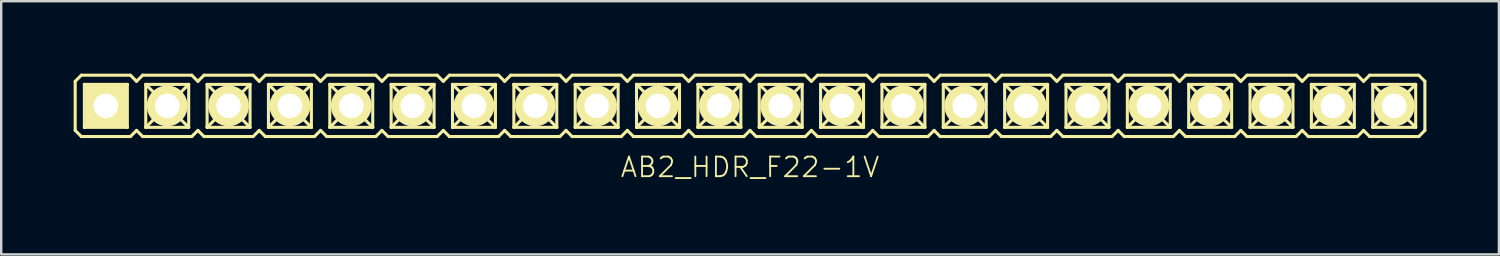
<source format=kicad_pcb>
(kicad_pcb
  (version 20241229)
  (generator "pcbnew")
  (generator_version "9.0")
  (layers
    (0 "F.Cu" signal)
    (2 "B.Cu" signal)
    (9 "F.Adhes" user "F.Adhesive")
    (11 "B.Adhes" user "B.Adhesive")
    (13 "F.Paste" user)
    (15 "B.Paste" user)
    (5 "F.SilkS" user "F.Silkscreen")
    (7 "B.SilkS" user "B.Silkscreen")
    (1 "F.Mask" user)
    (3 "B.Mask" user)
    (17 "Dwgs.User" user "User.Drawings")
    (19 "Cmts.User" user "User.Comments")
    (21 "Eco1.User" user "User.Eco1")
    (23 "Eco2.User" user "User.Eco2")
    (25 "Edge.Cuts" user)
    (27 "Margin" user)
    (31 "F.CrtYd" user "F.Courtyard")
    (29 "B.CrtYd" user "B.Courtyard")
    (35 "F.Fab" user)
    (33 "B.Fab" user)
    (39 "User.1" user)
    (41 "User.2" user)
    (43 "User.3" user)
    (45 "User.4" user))
  (footprint "AB2_HDR_F22-1V"
    (layer "F.Cu")
    (at 28.003 1.333)
    (property "Reference" "AB2_HDR_F22-1V" (at 0 2.54 0) (layer "F.SilkS") (effects (font (size 0.813 0.813) (thickness 0.076))))
    (attr through_hole)
    (fp_line (start -27.94 -1.016) (end -27.686 -1.27) (stroke (width 0.127) (type solid)) (layer "F.SilkS"))
    (fp_line (start -27.94 1.016) (end -27.94 -1.016) (stroke (width 0.127) (type solid)) (layer "F.SilkS"))
    (fp_line (start -27.686 -1.27) (end -25.654 -1.27) (stroke (width 0.127) (type solid)) (layer "F.SilkS"))
    (fp_line (start -27.686 1.27) (end -27.94 1.016) (stroke (width 0.127) (type solid)) (layer "F.SilkS"))
    (fp_line (start -27.559 -0.889) (end -25.781 -0.889) (stroke (width 0.127) (type solid)) (layer "F.SilkS"))
    (fp_line (start -27.559 0.889) (end -27.559 -0.889) (stroke (width 0.127) (type solid)) (layer "F.SilkS"))
    (fp_line (start -27.178 -0.508) (end -27.559 -0.889) (stroke (width 0.127) (type solid)) (layer "F.SilkS"))
    (fp_line (start -27.178 -0.508) (end -26.162 -0.508) (stroke (width 0.127) (type solid)) (layer "F.SilkS"))
    (fp_line (start -27.178 0.508) (end -27.559 0.889) (stroke (width 0.127) (type solid)) (layer "F.SilkS"))
    (fp_line (start -27.178 0.508) (end -27.178 -0.508) (stroke (width 0.127) (type solid)) (layer "F.SilkS"))
    (fp_line (start -26.162 -0.508) (end -26.162 0.508) (stroke (width 0.127) (type solid)) (layer "F.SilkS"))
    (fp_line (start -26.162 -0.508) (end -25.781 -0.889) (stroke (width 0.127) (type solid)) (layer "F.SilkS"))
    (fp_line (start -26.162 0.508) (end -27.178 0.508) (stroke (width 0.127) (type solid)) (layer "F.SilkS"))
    (fp_line (start -26.162 0.508) (end -25.781 0.889) (stroke (width 0.127) (type solid)) (layer "F.SilkS"))
    (fp_line (start -25.781 -0.889) (end -25.781 0.889) (stroke (width 0.127) (type solid)) (layer "F.SilkS"))
    (fp_line (start -25.781 0.889) (end -27.559 0.889) (stroke (width 0.127) (type solid)) (layer "F.SilkS"))
    (fp_line (start -25.654 -1.27) (end -25.4 -1.016) (stroke (width 0.127) (type solid)) (layer "F.SilkS"))
    (fp_line (start -25.654 1.27) (end -27.686 1.27) (stroke (width 0.127) (type solid)) (layer "F.SilkS"))
    (fp_line (start -25.4 -1.016) (end -25.146 -1.27) (stroke (width 0.127) (type solid)) (layer "F.SilkS"))
    (fp_line (start -25.4 1.016) (end -25.654 1.27) (stroke (width 0.127) (type solid)) (layer "F.SilkS"))
    (fp_line (start -25.146 -1.27) (end -23.114 -1.27) (stroke (width 0.127) (type solid)) (layer "F.SilkS"))
    (fp_line (start -25.146 1.27) (end -25.4 1.016) (stroke (width 0.127) (type solid)) (layer "F.SilkS"))
    (fp_line (start -25.019 -0.889) (end -23.241 -0.889) (stroke (width 0.127) (type solid)) (layer "F.SilkS"))
    (fp_line (start -25.019 0.889) (end -25.019 -0.889) (stroke (width 0.127) (type solid)) (layer "F.SilkS"))
    (fp_line (start -24.638 -0.508) (end -25.019 -0.889) (stroke (width 0.127) (type solid)) (layer "F.SilkS"))
    (fp_line (start -24.638 -0.508) (end -23.622 -0.508) (stroke (width 0.127) (type solid)) (layer "F.SilkS"))
    (fp_line (start -24.638 0.508) (end -25.019 0.889) (stroke (width 0.127) (type solid)) (layer "F.SilkS"))
    (fp_line (start -24.638 0.508) (end -24.638 -0.508) (stroke (width 0.127) (type solid)) (layer "F.SilkS"))
    (fp_line (start -23.622 -0.508) (end -23.622 0.508) (stroke (width 0.127) (type solid)) (layer "F.SilkS"))
    (fp_line (start -23.622 -0.508) (end -23.241 -0.889) (stroke (width 0.127) (type solid)) (layer "F.SilkS"))
    (fp_line (start -23.622 0.508) (end -24.638 0.508) (stroke (width 0.127) (type solid)) (layer "F.SilkS"))
    (fp_line (start -23.622 0.508) (end -23.241 0.889) (stroke (width 0.127) (type solid)) (layer "F.SilkS"))
    (fp_line (start -23.241 -0.889) (end -23.241 0.889) (stroke (width 0.127) (type solid)) (layer "F.SilkS"))
    (fp_line (start -23.241 0.889) (end -25.019 0.889) (stroke (width 0.127) (type solid)) (layer "F.SilkS"))
    (fp_line (start -23.114 -1.27) (end -22.86 -1.016) (stroke (width 0.127) (type solid)) (layer "F.SilkS"))
    (fp_line (start -23.114 1.27) (end -25.146 1.27) (stroke (width 0.127) (type solid)) (layer "F.SilkS"))
    (fp_line (start -22.86 -1.016) (end -22.606 -1.27) (stroke (width 0.127) (type solid)) (layer "F.SilkS"))
    (fp_line (start -22.86 1.016) (end -23.114 1.27) (stroke (width 0.127) (type solid)) (layer "F.SilkS"))
    (fp_line (start -22.606 -1.27) (end -20.574 -1.27) (stroke (width 0.127) (type solid)) (layer "F.SilkS"))
    (fp_line (start -22.606 1.27) (end -22.86 1.016) (stroke (width 0.127) (type solid)) (layer "F.SilkS"))
    (fp_line (start -22.479 -0.889) (end -20.701 -0.889) (stroke (width 0.127) (type solid)) (layer "F.SilkS"))
    (fp_line (start -22.479 0.889) (end -22.479 -0.889) (stroke (width 0.127) (type solid)) (layer "F.SilkS"))
    (fp_line (start -22.098 -0.508) (end -22.479 -0.889) (stroke (width 0.127) (type solid)) (layer "F.SilkS"))
    (fp_line (start -22.098 -0.508) (end -21.082 -0.508) (stroke (width 0.127) (type solid)) (layer "F.SilkS"))
    (fp_line (start -22.098 0.508) (end -22.479 0.889) (stroke (width 0.127) (type solid)) (layer "F.SilkS"))
    (fp_line (start -22.098 0.508) (end -22.098 -0.508) (stroke (width 0.127) (type solid)) (layer "F.SilkS"))
    (fp_line (start -21.082 -0.508) (end -21.082 0.508) (stroke (width 0.127) (type solid)) (layer "F.SilkS"))
    (fp_line (start -21.082 -0.508) (end -20.701 -0.889) (stroke (width 0.127) (type solid)) (layer "F.SilkS"))
    (fp_line (start -21.082 0.508) (end -22.098 0.508) (stroke (width 0.127) (type solid)) (layer "F.SilkS"))
    (fp_line (start -21.082 0.508) (end -20.701 0.889) (stroke (width 0.127) (type solid)) (layer "F.SilkS"))
    (fp_line (start -20.701 -0.889) (end -20.701 0.889) (stroke (width 0.127) (type solid)) (layer "F.SilkS"))
    (fp_line (start -20.701 0.889) (end -22.479 0.889) (stroke (width 0.127) (type solid)) (layer "F.SilkS"))
    (fp_line (start -20.574 -1.27) (end -20.32 -1.016) (stroke (width 0.127) (type solid)) (layer "F.SilkS"))
    (fp_line (start -20.574 1.27) (end -22.606 1.27) (stroke (width 0.127) (type solid)) (layer "F.SilkS"))
    (fp_line (start -20.32 -1.016) (end -20.066 -1.27) (stroke (width 0.127) (type solid)) (layer "F.SilkS"))
    (fp_line (start -20.32 1.016) (end -20.574 1.27) (stroke (width 0.127) (type solid)) (layer "F.SilkS"))
    (fp_line (start -20.066 -1.27) (end -18.034 -1.27) (stroke (width 0.127) (type solid)) (layer "F.SilkS"))
    (fp_line (start -20.066 1.27) (end -20.32 1.016) (stroke (width 0.127) (type solid)) (layer "F.SilkS"))
    (fp_line (start -19.939 -0.889) (end -18.161 -0.889) (stroke (width 0.127) (type solid)) (layer "F.SilkS"))
    (fp_line (start -19.939 0.889) (end -19.939 -0.889) (stroke (width 0.127) (type solid)) (layer "F.SilkS"))
    (fp_line (start -19.558 -0.508) (end -19.939 -0.889) (stroke (width 0.127) (type solid)) (layer "F.SilkS"))
    (fp_line (start -19.558 -0.508) (end -18.542 -0.508) (stroke (width 0.127) (type solid)) (layer "F.SilkS"))
    (fp_line (start -19.558 0.508) (end -19.939 0.889) (stroke (width 0.127) (type solid)) (layer "F.SilkS"))
    (fp_line (start -19.558 0.508) (end -19.558 -0.508) (stroke (width 0.127) (type solid)) (layer "F.SilkS"))
    (fp_line (start -18.542 -0.508) (end -18.542 0.508) (stroke (width 0.127) (type solid)) (layer "F.SilkS"))
    (fp_line (start -18.542 -0.508) (end -18.161 -0.889) (stroke (width 0.127) (type solid)) (layer "F.SilkS"))
    (fp_line (start -18.542 0.508) (end -19.558 0.508) (stroke (width 0.127) (type solid)) (layer "F.SilkS"))
    (fp_line (start -18.542 0.508) (end -18.161 0.889) (stroke (width 0.127) (type solid)) (layer "F.SilkS"))
    (fp_line (start -18.161 -0.889) (end -18.161 0.889) (stroke (width 0.127) (type solid)) (layer "F.SilkS"))
    (fp_line (start -18.161 0.889) (end -19.939 0.889) (stroke (width 0.127) (type solid)) (layer "F.SilkS"))
    (fp_line (start -18.034 -1.27) (end -17.78 -1.016) (stroke (width 0.127) (type solid)) (layer "F.SilkS"))
    (fp_line (start -18.034 1.27) (end -20.066 1.27) (stroke (width 0.127) (type solid)) (layer "F.SilkS"))
    (fp_line (start -17.78 -1.016) (end -17.526 -1.27) (stroke (width 0.127) (type solid)) (layer "F.SilkS"))
    (fp_line (start -17.78 1.016) (end -18.034 1.27) (stroke (width 0.127) (type solid)) (layer "F.SilkS"))
    (fp_line (start -17.526 -1.27) (end -15.494 -1.27) (stroke (width 0.127) (type solid)) (layer "F.SilkS"))
    (fp_line (start -17.526 1.27) (end -17.78 1.016) (stroke (width 0.127) (type solid)) (layer "F.SilkS"))
    (fp_line (start -17.399 -0.889) (end -15.621 -0.889) (stroke (width 0.127) (type solid)) (layer "F.SilkS"))
    (fp_line (start -17.399 0.889) (end -17.399 -0.889) (stroke (width 0.127) (type solid)) (layer "F.SilkS"))
    (fp_line (start -17.018 -0.508) (end -17.399 -0.889) (stroke (width 0.127) (type solid)) (layer "F.SilkS"))
    (fp_line (start -17.018 -0.508) (end -16.002 -0.508) (stroke (width 0.127) (type solid)) (layer "F.SilkS"))
    (fp_line (start -17.018 0.508) (end -17.399 0.889) (stroke (width 0.127) (type solid)) (layer "F.SilkS"))
    (fp_line (start -17.018 0.508) (end -17.018 -0.508) (stroke (width 0.127) (type solid)) (layer "F.SilkS"))
    (fp_line (start -16.002 -0.508) (end -16.002 0.508) (stroke (width 0.127) (type solid)) (layer "F.SilkS"))
    (fp_line (start -16.002 -0.508) (end -15.621 -0.889) (stroke (width 0.127) (type solid)) (layer "F.SilkS"))
    (fp_line (start -16.002 0.508) (end -17.018 0.508) (stroke (width 0.127) (type solid)) (layer "F.SilkS"))
    (fp_line (start -16.002 0.508) (end -15.621 0.889) (stroke (width 0.127) (type solid)) (layer "F.SilkS"))
    (fp_line (start -15.621 -0.889) (end -15.621 0.889) (stroke (width 0.127) (type solid)) (layer "F.SilkS"))
    (fp_line (start -15.621 0.889) (end -17.399 0.889) (stroke (width 0.127) (type solid)) (layer "F.SilkS"))
    (fp_line (start -15.494 -1.27) (end -15.24 -1.016) (stroke (width 0.127) (type solid)) (layer "F.SilkS"))
    (fp_line (start -15.494 1.27) (end -17.526 1.27) (stroke (width 0.127) (type solid)) (layer "F.SilkS"))
    (fp_line (start -15.24 -1.016) (end -14.986 -1.27) (stroke (width 0.127) (type solid)) (layer "F.SilkS"))
    (fp_line (start -15.24 1.016) (end -15.494 1.27) (stroke (width 0.127) (type solid)) (layer "F.SilkS"))
    (fp_line (start -14.986 -1.27) (end -12.954 -1.27) (stroke (width 0.127) (type solid)) (layer "F.SilkS"))
    (fp_line (start -14.986 1.27) (end -15.24 1.016) (stroke (width 0.127) (type solid)) (layer "F.SilkS"))
    (fp_line (start -14.859 -0.889) (end -13.081 -0.889) (stroke (width 0.127) (type solid)) (layer "F.SilkS"))
    (fp_line (start -14.859 0.889) (end -14.859 -0.889) (stroke (width 0.127) (type solid)) (layer "F.SilkS"))
    (fp_line (start -14.478 -0.508) (end -14.859 -0.889) (stroke (width 0.127) (type solid)) (layer "F.SilkS"))
    (fp_line (start -14.478 -0.508) (end -13.462 -0.508) (stroke (width 0.127) (type solid)) (layer "F.SilkS"))
    (fp_line (start -14.478 0.508) (end -14.859 0.889) (stroke (width 0.127) (type solid)) (layer "F.SilkS"))
    (fp_line (start -14.478 0.508) (end -14.478 -0.508) (stroke (width 0.127) (type solid)) (layer "F.SilkS"))
    (fp_line (start -13.462 -0.508) (end -13.462 0.508) (stroke (width 0.127) (type solid)) (layer "F.SilkS"))
    (fp_line (start -13.462 -0.508) (end -13.081 -0.889) (stroke (width 0.127) (type solid)) (layer "F.SilkS"))
    (fp_line (start -13.462 0.508) (end -14.478 0.508) (stroke (width 0.127) (type solid)) (layer "F.SilkS"))
    (fp_line (start -13.462 0.508) (end -13.081 0.889) (stroke (width 0.127) (type solid)) (layer "F.SilkS"))
    (fp_line (start -13.081 -0.889) (end -13.081 0.889) (stroke (width 0.127) (type solid)) (layer "F.SilkS"))
    (fp_line (start -13.081 0.889) (end -14.859 0.889) (stroke (width 0.127) (type solid)) (layer "F.SilkS"))
    (fp_line (start -12.954 -1.27) (end -12.7 -1.016) (stroke (width 0.127) (type solid)) (layer "F.SilkS"))
    (fp_line (start -12.954 1.27) (end -14.986 1.27) (stroke (width 0.127) (type solid)) (layer "F.SilkS"))
    (fp_line (start -12.7 -1.016) (end -12.446 -1.27) (stroke (width 0.127) (type solid)) (layer "F.SilkS"))
    (fp_line (start -12.7 1.016) (end -12.954 1.27) (stroke (width 0.127) (type solid)) (layer "F.SilkS"))
    (fp_line (start -12.446 -1.27) (end -10.414 -1.27) (stroke (width 0.127) (type solid)) (layer "F.SilkS"))
    (fp_line (start -12.446 1.27) (end -12.7 1.016) (stroke (width 0.127) (type solid)) (layer "F.SilkS"))
    (fp_line (start -12.319 -0.889) (end -10.541 -0.889) (stroke (width 0.127) (type solid)) (layer "F.SilkS"))
    (fp_line (start -12.319 0.889) (end -12.319 -0.889) (stroke (width 0.127) (type solid)) (layer "F.SilkS"))
    (fp_line (start -11.938 -0.508) (end -12.319 -0.889) (stroke (width 0.127) (type solid)) (layer "F.SilkS"))
    (fp_line (start -11.938 -0.508) (end -10.922 -0.508) (stroke (width 0.127) (type solid)) (layer "F.SilkS"))
    (fp_line (start -11.938 0.508) (end -12.319 0.889) (stroke (width 0.127) (type solid)) (layer "F.SilkS"))
    (fp_line (start -11.938 0.508) (end -11.938 -0.508) (stroke (width 0.127) (type solid)) (layer "F.SilkS"))
    (fp_line (start -10.922 -0.508) (end -10.922 0.508) (stroke (width 0.127) (type solid)) (layer "F.SilkS"))
    (fp_line (start -10.922 -0.508) (end -10.541 -0.889) (stroke (width 0.127) (type solid)) (layer "F.SilkS"))
    (fp_line (start -10.922 0.508) (end -11.938 0.508) (stroke (width 0.127) (type solid)) (layer "F.SilkS"))
    (fp_line (start -10.922 0.508) (end -10.541 0.889) (stroke (width 0.127) (type solid)) (layer "F.SilkS"))
    (fp_line (start -10.541 -0.889) (end -10.541 0.889) (stroke (width 0.127) (type solid)) (layer "F.SilkS"))
    (fp_line (start -10.541 0.889) (end -12.319 0.889) (stroke (width 0.127) (type solid)) (layer "F.SilkS"))
    (fp_line (start -10.414 -1.27) (end -10.16 -1.016) (stroke (width 0.127) (type solid)) (layer "F.SilkS"))
    (fp_line (start -10.414 1.27) (end -12.446 1.27) (stroke (width 0.127) (type solid)) (layer "F.SilkS"))
    (fp_line (start -10.16 -1.016) (end -9.906 -1.27) (stroke (width 0.127) (type solid)) (layer "F.SilkS"))
    (fp_line (start -10.16 1.016) (end -10.414 1.27) (stroke (width 0.127) (type solid)) (layer "F.SilkS"))
    (fp_line (start -9.906 -1.27) (end -7.874 -1.27) (stroke (width 0.127) (type solid)) (layer "F.SilkS"))
    (fp_line (start -9.906 1.27) (end -10.16 1.016) (stroke (width 0.127) (type solid)) (layer "F.SilkS"))
    (fp_line (start -9.779 -0.889) (end -8.001 -0.889) (stroke (width 0.127) (type solid)) (layer "F.SilkS"))
    (fp_line (start -9.779 0.889) (end -9.779 -0.889) (stroke (width 0.127) (type solid)) (layer "F.SilkS"))
    (fp_line (start -9.398 -0.508) (end -9.779 -0.889) (stroke (width 0.127) (type solid)) (layer "F.SilkS"))
    (fp_line (start -9.398 -0.508) (end -8.382 -0.508) (stroke (width 0.127) (type solid)) (layer "F.SilkS"))
    (fp_line (start -9.398 0.508) (end -9.779 0.889) (stroke (width 0.127) (type solid)) (layer "F.SilkS"))
    (fp_line (start -9.398 0.508) (end -9.398 -0.508) (stroke (width 0.127) (type solid)) (layer "F.SilkS"))
    (fp_line (start -8.382 -0.508) (end -8.382 0.508) (stroke (width 0.127) (type solid)) (layer "F.SilkS"))
    (fp_line (start -8.382 -0.508) (end -8.001 -0.889) (stroke (width 0.127) (type solid)) (layer "F.SilkS"))
    (fp_line (start -8.382 0.508) (end -9.398 0.508) (stroke (width 0.127) (type solid)) (layer "F.SilkS"))
    (fp_line (start -8.382 0.508) (end -8.001 0.889) (stroke (width 0.127) (type solid)) (layer "F.SilkS"))
    (fp_line (start -8.001 -0.889) (end -8.001 0.889) (stroke (width 0.127) (type solid)) (layer "F.SilkS"))
    (fp_line (start -8.001 0.889) (end -9.779 0.889) (stroke (width 0.127) (type solid)) (layer "F.SilkS"))
    (fp_line (start -7.874 -1.27) (end -7.62 -1.016) (stroke (width 0.127) (type solid)) (layer "F.SilkS"))
    (fp_line (start -7.874 1.27) (end -9.906 1.27) (stroke (width 0.127) (type solid)) (layer "F.SilkS"))
    (fp_line (start -7.62 -1.016) (end -7.366 -1.27) (stroke (width 0.127) (type solid)) (layer "F.SilkS"))
    (fp_line (start -7.62 1.016) (end -7.874 1.27) (stroke (width 0.127) (type solid)) (layer "F.SilkS"))
    (fp_line (start -7.366 -1.27) (end -5.334 -1.27) (stroke (width 0.127) (type solid)) (layer "F.SilkS"))
    (fp_line (start -7.366 1.27) (end -7.62 1.016) (stroke (width 0.127) (type solid)) (layer "F.SilkS"))
    (fp_line (start -7.239 -0.889) (end -5.461 -0.889) (stroke (width 0.127) (type solid)) (layer "F.SilkS"))
    (fp_line (start -7.239 0.889) (end -7.239 -0.889) (stroke (width 0.127) (type solid)) (layer "F.SilkS"))
    (fp_line (start -6.858 -0.508) (end -7.239 -0.889) (stroke (width 0.127) (type solid)) (layer "F.SilkS"))
    (fp_line (start -6.858 -0.508) (end -5.842 -0.508) (stroke (width 0.127) (type solid)) (layer "F.SilkS"))
    (fp_line (start -6.858 0.508) (end -7.239 0.889) (stroke (width 0.127) (type solid)) (layer "F.SilkS"))
    (fp_line (start -6.858 0.508) (end -6.858 -0.508) (stroke (width 0.127) (type solid)) (layer "F.SilkS"))
    (fp_line (start -5.842 -0.508) (end -5.842 0.508) (stroke (width 0.127) (type solid)) (layer "F.SilkS"))
    (fp_line (start -5.842 -0.508) (end -5.461 -0.889) (stroke (width 0.127) (type solid)) (layer "F.SilkS"))
    (fp_line (start -5.842 0.508) (end -6.858 0.508) (stroke (width 0.127) (type solid)) (layer "F.SilkS"))
    (fp_line (start -5.842 0.508) (end -5.461 0.889) (stroke (width 0.127) (type solid)) (layer "F.SilkS"))
    (fp_line (start -5.461 -0.889) (end -5.461 0.889) (stroke (width 0.127) (type solid)) (layer "F.SilkS"))
    (fp_line (start -5.461 0.889) (end -7.239 0.889) (stroke (width 0.127) (type solid)) (layer "F.SilkS"))
    (fp_line (start -5.334 -1.27) (end -5.08 -1.016) (stroke (width 0.127) (type solid)) (layer "F.SilkS"))
    (fp_line (start -5.334 1.27) (end -7.366 1.27) (stroke (width 0.127) (type solid)) (layer "F.SilkS"))
    (fp_line (start -5.08 -1.016) (end -4.826 -1.27) (stroke (width 0.127) (type solid)) (layer "F.SilkS"))
    (fp_line (start -5.08 1.016) (end -5.334 1.27) (stroke (width 0.127) (type solid)) (layer "F.SilkS"))
    (fp_line (start -4.826 -1.27) (end -2.794 -1.27) (stroke (width 0.127) (type solid)) (layer "F.SilkS"))
    (fp_line (start -4.826 1.27) (end -5.08 1.016) (stroke (width 0.127) (type solid)) (layer "F.SilkS"))
    (fp_line (start -4.699 -0.889) (end -2.921 -0.889) (stroke (width 0.127) (type solid)) (layer "F.SilkS"))
    (fp_line (start -4.699 0.889) (end -4.699 -0.889) (stroke (width 0.127) (type solid)) (layer "F.SilkS"))
    (fp_line (start -4.318 -0.508) (end -4.699 -0.889) (stroke (width 0.127) (type solid)) (layer "F.SilkS"))
    (fp_line (start -4.318 -0.508) (end -3.302 -0.508) (stroke (width 0.127) (type solid)) (layer "F.SilkS"))
    (fp_line (start -4.318 0.508) (end -4.699 0.889) (stroke (width 0.127) (type solid)) (layer "F.SilkS"))
    (fp_line (start -4.318 0.508) (end -4.318 -0.508) (stroke (width 0.127) (type solid)) (layer "F.SilkS"))
    (fp_line (start -3.302 -0.508) (end -3.302 0.508) (stroke (width 0.127) (type solid)) (layer "F.SilkS"))
    (fp_line (start -3.302 -0.508) (end -2.921 -0.889) (stroke (width 0.127) (type solid)) (layer "F.SilkS"))
    (fp_line (start -3.302 0.508) (end -4.318 0.508) (stroke (width 0.127) (type solid)) (layer "F.SilkS"))
    (fp_line (start -3.302 0.508) (end -2.921 0.889) (stroke (width 0.127) (type solid)) (layer "F.SilkS"))
    (fp_line (start -2.921 -0.889) (end -2.921 0.889) (stroke (width 0.127) (type solid)) (layer "F.SilkS"))
    (fp_line (start -2.921 0.889) (end -4.699 0.889) (stroke (width 0.127) (type solid)) (layer "F.SilkS"))
    (fp_line (start -2.794 -1.27) (end -2.54 -1.016) (stroke (width 0.127) (type solid)) (layer "F.SilkS"))
    (fp_line (start -2.794 1.27) (end -4.826 1.27) (stroke (width 0.127) (type solid)) (layer "F.SilkS"))
    (fp_line (start -2.54 -1.016) (end -2.286 -1.27) (stroke (width 0.127) (type solid)) (layer "F.SilkS"))
    (fp_line (start -2.54 1.016) (end -2.794 1.27) (stroke (width 0.127) (type solid)) (layer "F.SilkS"))
    (fp_line (start -2.286 -1.27) (end -0.254 -1.27) (stroke (width 0.127) (type solid)) (layer "F.SilkS"))
    (fp_line (start -2.286 1.27) (end -2.54 1.016) (stroke (width 0.127) (type solid)) (layer "F.SilkS"))
    (fp_line (start -2.159 -0.889) (end -0.381 -0.889) (stroke (width 0.127) (type solid)) (layer "F.SilkS"))
    (fp_line (start -2.159 0.889) (end -2.159 -0.889) (stroke (width 0.127) (type solid)) (layer "F.SilkS"))
    (fp_line (start -1.778 -0.508) (end -2.159 -0.889) (stroke (width 0.127) (type solid)) (layer "F.SilkS"))
    (fp_line (start -1.778 -0.508) (end -0.762 -0.508) (stroke (width 0.127) (type solid)) (layer "F.SilkS"))
    (fp_line (start -1.778 0.508) (end -2.159 0.889) (stroke (width 0.127) (type solid)) (layer "F.SilkS"))
    (fp_line (start -1.778 0.508) (end -1.778 -0.508) (stroke (width 0.127) (type solid)) (layer "F.SilkS"))
    (fp_line (start -0.762 -0.508) (end -0.762 0.508) (stroke (width 0.127) (type solid)) (layer "F.SilkS"))
    (fp_line (start -0.762 -0.508) (end -0.381 -0.889) (stroke (width 0.127) (type solid)) (layer "F.SilkS"))
    (fp_line (start -0.762 0.508) (end -1.778 0.508) (stroke (width 0.127) (type solid)) (layer "F.SilkS"))
    (fp_line (start -0.762 0.508) (end -0.381 0.889) (stroke (width 0.127) (type solid)) (layer "F.SilkS"))
    (fp_line (start -0.381 -0.889) (end -0.381 0.889) (stroke (width 0.127) (type solid)) (layer "F.SilkS"))
    (fp_line (start -0.381 0.889) (end -2.159 0.889) (stroke (width 0.127) (type solid)) (layer "F.SilkS"))
    (fp_line (start -0.254 -1.27) (end 0 -1.016) (stroke (width 0.127) (type solid)) (layer "F.SilkS"))
    (fp_line (start -0.254 1.27) (end -2.286 1.27) (stroke (width 0.127) (type solid)) (layer "F.SilkS"))
    (fp_line (start 0 -1.016) (end 0.254 -1.27) (stroke (width 0.127) (type solid)) (layer "F.SilkS"))
    (fp_line (start 0 1.016) (end -0.254 1.27) (stroke (width 0.127) (type solid)) (layer "F.SilkS"))
    (fp_line (start 0.254 -1.27) (end 2.286 -1.27) (stroke (width 0.127) (type solid)) (layer "F.SilkS"))
    (fp_line (start 0.254 1.27) (end 0 1.016) (stroke (width 0.127) (type solid)) (layer "F.SilkS"))
    (fp_line (start 0.381 -0.889) (end 2.159 -0.889) (stroke (width 0.127) (type solid)) (layer "F.SilkS"))
    (fp_line (start 0.381 0.889) (end 0.381 -0.889) (stroke (width 0.127) (type solid)) (layer "F.SilkS"))
    (fp_line (start 0.762 -0.508) (end 0.381 -0.889) (stroke (width 0.127) (type solid)) (layer "F.SilkS"))
    (fp_line (start 0.762 -0.508) (end 1.778 -0.508) (stroke (width 0.127) (type solid)) (layer "F.SilkS"))
    (fp_line (start 0.762 0.508) (end 0.381 0.889) (stroke (width 0.127) (type solid)) (layer "F.SilkS"))
    (fp_line (start 0.762 0.508) (end 0.762 -0.508) (stroke (width 0.127) (type solid)) (layer "F.SilkS"))
    (fp_line (start 1.778 -0.508) (end 1.778 0.508) (stroke (width 0.127) (type solid)) (layer "F.SilkS"))
    (fp_line (start 1.778 -0.508) (end 2.159 -0.889) (stroke (width 0.127) (type solid)) (layer "F.SilkS"))
    (fp_line (start 1.778 0.508) (end 0.762 0.508) (stroke (width 0.127) (type solid)) (layer "F.SilkS"))
    (fp_line (start 1.778 0.508) (end 2.159 0.889) (stroke (width 0.127) (type solid)) (layer "F.SilkS"))
    (fp_line (start 2.159 -0.889) (end 2.159 0.889) (stroke (width 0.127) (type solid)) (layer "F.SilkS"))
    (fp_line (start 2.159 0.889) (end 0.381 0.889) (stroke (width 0.127) (type solid)) (layer "F.SilkS"))
    (fp_line (start 2.286 -1.27) (end 2.54 -1.016) (stroke (width 0.127) (type solid)) (layer "F.SilkS"))
    (fp_line (start 2.286 1.27) (end 0.254 1.27) (stroke (width 0.127) (type solid)) (layer "F.SilkS"))
    (fp_line (start 2.54 -1.016) (end 2.794 -1.27) (stroke (width 0.127) (type solid)) (layer "F.SilkS"))
    (fp_line (start 2.54 1.016) (end 2.286 1.27) (stroke (width 0.127) (type solid)) (layer "F.SilkS"))
    (fp_line (start 2.794 -1.27) (end 4.826 -1.27) (stroke (width 0.127) (type solid)) (layer "F.SilkS"))
    (fp_line (start 2.794 1.27) (end 2.54 1.016) (stroke (width 0.127) (type solid)) (layer "F.SilkS"))
    (fp_line (start 2.921 -0.889) (end 4.699 -0.889) (stroke (width 0.127) (type solid)) (layer "F.SilkS"))
    (fp_line (start 2.921 0.889) (end 2.921 -0.889) (stroke (width 0.127) (type solid)) (layer "F.SilkS"))
    (fp_line (start 3.302 -0.508) (end 2.921 -0.889) (stroke (width 0.127) (type solid)) (layer "F.SilkS"))
    (fp_line (start 3.302 -0.508) (end 4.318 -0.508) (stroke (width 0.127) (type solid)) (layer "F.SilkS"))
    (fp_line (start 3.302 0.508) (end 2.921 0.889) (stroke (width 0.127) (type solid)) (layer "F.SilkS"))
    (fp_line (start 3.302 0.508) (end 3.302 -0.508) (stroke (width 0.127) (type solid)) (layer "F.SilkS"))
    (fp_line (start 4.318 -0.508) (end 4.318 0.508) (stroke (width 0.127) (type solid)) (layer "F.SilkS"))
    (fp_line (start 4.318 -0.508) (end 4.699 -0.889) (stroke (width 0.127) (type solid)) (layer "F.SilkS"))
    (fp_line (start 4.318 0.508) (end 3.302 0.508) (stroke (width 0.127) (type solid)) (layer "F.SilkS"))
    (fp_line (start 4.318 0.508) (end 4.699 0.889) (stroke (width 0.127) (type solid)) (layer "F.SilkS"))
    (fp_line (start 4.699 -0.889) (end 4.699 0.889) (stroke (width 0.127) (type solid)) (layer "F.SilkS"))
    (fp_line (start 4.699 0.889) (end 2.921 0.889) (stroke (width 0.127) (type solid)) (layer "F.SilkS"))
    (fp_line (start 4.826 -1.27) (end 5.08 -1.016) (stroke (width 0.127) (type solid)) (layer "F.SilkS"))
    (fp_line (start 4.826 1.27) (end 2.794 1.27) (stroke (width 0.127) (type solid)) (layer "F.SilkS"))
    (fp_line (start 5.08 -1.016) (end 5.334 -1.27) (stroke (width 0.127) (type solid)) (layer "F.SilkS"))
    (fp_line (start 5.08 1.016) (end 4.826 1.27) (stroke (width 0.127) (type solid)) (layer "F.SilkS"))
    (fp_line (start 5.334 -1.27) (end 7.366 -1.27) (stroke (width 0.127) (type solid)) (layer "F.SilkS"))
    (fp_line (start 5.334 1.27) (end 5.08 1.016) (stroke (width 0.127) (type solid)) (layer "F.SilkS"))
    (fp_line (start 5.461 -0.889) (end 7.239 -0.889) (stroke (width 0.127) (type solid)) (layer "F.SilkS"))
    (fp_line (start 5.461 0.889) (end 5.461 -0.889) (stroke (width 0.127) (type solid)) (layer "F.SilkS"))
    (fp_line (start 5.842 -0.508) (end 5.461 -0.889) (stroke (width 0.127) (type solid)) (layer "F.SilkS"))
    (fp_line (start 5.842 -0.508) (end 6.858 -0.508) (stroke (width 0.127) (type solid)) (layer "F.SilkS"))
    (fp_line (start 5.842 0.508) (end 5.461 0.889) (stroke (width 0.127) (type solid)) (layer "F.SilkS"))
    (fp_line (start 5.842 0.508) (end 5.842 -0.508) (stroke (width 0.127) (type solid)) (layer "F.SilkS"))
    (fp_line (start 6.858 -0.508) (end 6.858 0.508) (stroke (width 0.127) (type solid)) (layer "F.SilkS"))
    (fp_line (start 6.858 -0.508) (end 7.239 -0.889) (stroke (width 0.127) (type solid)) (layer "F.SilkS"))
    (fp_line (start 6.858 0.508) (end 5.842 0.508) (stroke (width 0.127) (type solid)) (layer "F.SilkS"))
    (fp_line (start 6.858 0.508) (end 7.239 0.889) (stroke (width 0.127) (type solid)) (layer "F.SilkS"))
    (fp_line (start 7.239 -0.889) (end 7.239 0.889) (stroke (width 0.127) (type solid)) (layer "F.SilkS"))
    (fp_line (start 7.239 0.889) (end 5.461 0.889) (stroke (width 0.127) (type solid)) (layer "F.SilkS"))
    (fp_line (start 7.366 -1.27) (end 7.62 -1.016) (stroke (width 0.127) (type solid)) (layer "F.SilkS"))
    (fp_line (start 7.366 1.27) (end 5.334 1.27) (stroke (width 0.127) (type solid)) (layer "F.SilkS"))
    (fp_line (start 7.62 -1.016) (end 7.874 -1.27) (stroke (width 0.127) (type solid)) (layer "F.SilkS"))
    (fp_line (start 7.62 1.016) (end 7.366 1.27) (stroke (width 0.127) (type solid)) (layer "F.SilkS"))
    (fp_line (start 7.874 -1.27) (end 9.906 -1.27) (stroke (width 0.127) (type solid)) (layer "F.SilkS"))
    (fp_line (start 7.874 1.27) (end 7.62 1.016) (stroke (width 0.127) (type solid)) (layer "F.SilkS"))
    (fp_line (start 8.001 -0.889) (end 9.779 -0.889) (stroke (width 0.127) (type solid)) (layer "F.SilkS"))
    (fp_line (start 8.001 0.889) (end 8.001 -0.889) (stroke (width 0.127) (type solid)) (layer "F.SilkS"))
    (fp_line (start 8.382 -0.508) (end 8.001 -0.889) (stroke (width 0.127) (type solid)) (layer "F.SilkS"))
    (fp_line (start 8.382 -0.508) (end 9.398 -0.508) (stroke (width 0.127) (type solid)) (layer "F.SilkS"))
    (fp_line (start 8.382 0.508) (end 8.001 0.889) (stroke (width 0.127) (type solid)) (layer "F.SilkS"))
    (fp_line (start 8.382 0.508) (end 8.382 -0.508) (stroke (width 0.127) (type solid)) (layer "F.SilkS"))
    (fp_line (start 9.398 -0.508) (end 9.398 0.508) (stroke (width 0.127) (type solid)) (layer "F.SilkS"))
    (fp_line (start 9.398 -0.508) (end 9.779 -0.889) (stroke (width 0.127) (type solid)) (layer "F.SilkS"))
    (fp_line (start 9.398 0.508) (end 8.382 0.508) (stroke (width 0.127) (type solid)) (layer "F.SilkS"))
    (fp_line (start 9.398 0.508) (end 9.779 0.889) (stroke (width 0.127) (type solid)) (layer "F.SilkS"))
    (fp_line (start 9.779 -0.889) (end 9.779 0.889) (stroke (width 0.127) (type solid)) (layer "F.SilkS"))
    (fp_line (start 9.779 0.889) (end 8.001 0.889) (stroke (width 0.127) (type solid)) (layer "F.SilkS"))
    (fp_line (start 9.906 -1.27) (end 10.16 -1.016) (stroke (width 0.127) (type solid)) (layer "F.SilkS"))
    (fp_line (start 9.906 1.27) (end 7.874 1.27) (stroke (width 0.127) (type solid)) (layer "F.SilkS"))
    (fp_line (start 10.16 -1.016) (end 10.414 -1.27) (stroke (width 0.127) (type solid)) (layer "F.SilkS"))
    (fp_line (start 10.16 1.016) (end 9.906 1.27) (stroke (width 0.127) (type solid)) (layer "F.SilkS"))
    (fp_line (start 10.414 -1.27) (end 12.446 -1.27) (stroke (width 0.127) (type solid)) (layer "F.SilkS"))
    (fp_line (start 10.414 1.27) (end 10.16 1.016) (stroke (width 0.127) (type solid)) (layer "F.SilkS"))
    (fp_line (start 10.541 -0.889) (end 12.319 -0.889) (stroke (width 0.127) (type solid)) (layer "F.SilkS"))
    (fp_line (start 10.541 0.889) (end 10.541 -0.889) (stroke (width 0.127) (type solid)) (layer "F.SilkS"))
    (fp_line (start 10.922 -0.508) (end 10.541 -0.889) (stroke (width 0.127) (type solid)) (layer "F.SilkS"))
    (fp_line (start 10.922 -0.508) (end 11.938 -0.508) (stroke (width 0.127) (type solid)) (layer "F.SilkS"))
    (fp_line (start 10.922 0.508) (end 10.541 0.889) (stroke (width 0.127) (type solid)) (layer "F.SilkS"))
    (fp_line (start 10.922 0.508) (end 10.922 -0.508) (stroke (width 0.127) (type solid)) (layer "F.SilkS"))
    (fp_line (start 11.938 -0.508) (end 11.938 0.508) (stroke (width 0.127) (type solid)) (layer "F.SilkS"))
    (fp_line (start 11.938 -0.508) (end 12.319 -0.889) (stroke (width 0.127) (type solid)) (layer "F.SilkS"))
    (fp_line (start 11.938 0.508) (end 10.922 0.508) (stroke (width 0.127) (type solid)) (layer "F.SilkS"))
    (fp_line (start 11.938 0.508) (end 12.319 0.889) (stroke (width 0.127) (type solid)) (layer "F.SilkS"))
    (fp_line (start 12.319 -0.889) (end 12.319 0.889) (stroke (width 0.127) (type solid)) (layer "F.SilkS"))
    (fp_line (start 12.319 0.889) (end 10.541 0.889) (stroke (width 0.127) (type solid)) (layer "F.SilkS"))
    (fp_line (start 12.446 -1.27) (end 12.7 -1.016) (stroke (width 0.127) (type solid)) (layer "F.SilkS"))
    (fp_line (start 12.446 1.27) (end 10.414 1.27) (stroke (width 0.127) (type solid)) (layer "F.SilkS"))
    (fp_line (start 12.7 -1.016) (end 12.954 -1.27) (stroke (width 0.127) (type solid)) (layer "F.SilkS"))
    (fp_line (start 12.7 1.016) (end 12.446 1.27) (stroke (width 0.127) (type solid)) (layer "F.SilkS"))
    (fp_line (start 12.954 -1.27) (end 14.986 -1.27) (stroke (width 0.127) (type solid)) (layer "F.SilkS"))
    (fp_line (start 12.954 1.27) (end 12.7 1.016) (stroke (width 0.127) (type solid)) (layer "F.SilkS"))
    (fp_line (start 13.081 -0.889) (end 14.859 -0.889) (stroke (width 0.127) (type solid)) (layer "F.SilkS"))
    (fp_line (start 13.081 0.889) (end 13.081 -0.889) (stroke (width 0.127) (type solid)) (layer "F.SilkS"))
    (fp_line (start 13.462 -0.508) (end 13.081 -0.889) (stroke (width 0.127) (type solid)) (layer "F.SilkS"))
    (fp_line (start 13.462 -0.508) (end 14.478 -0.508) (stroke (width 0.127) (type solid)) (layer "F.SilkS"))
    (fp_line (start 13.462 0.508) (end 13.081 0.889) (stroke (width 0.127) (type solid)) (layer "F.SilkS"))
    (fp_line (start 13.462 0.508) (end 13.462 -0.508) (stroke (width 0.127) (type solid)) (layer "F.SilkS"))
    (fp_line (start 14.478 -0.508) (end 14.478 0.508) (stroke (width 0.127) (type solid)) (layer "F.SilkS"))
    (fp_line (start 14.478 -0.508) (end 14.859 -0.889) (stroke (width 0.127) (type solid)) (layer "F.SilkS"))
    (fp_line (start 14.478 0.508) (end 13.462 0.508) (stroke (width 0.127) (type solid)) (layer "F.SilkS"))
    (fp_line (start 14.478 0.508) (end 14.859 0.889) (stroke (width 0.127) (type solid)) (layer "F.SilkS"))
    (fp_line (start 14.859 -0.889) (end 14.859 0.889) (stroke (width 0.127) (type solid)) (layer "F.SilkS"))
    (fp_line (start 14.859 0.889) (end 13.081 0.889) (stroke (width 0.127) (type solid)) (layer "F.SilkS"))
    (fp_line (start 14.986 -1.27) (end 15.24 -1.016) (stroke (width 0.127) (type solid)) (layer "F.SilkS"))
    (fp_line (start 14.986 1.27) (end 12.954 1.27) (stroke (width 0.127) (type solid)) (layer "F.SilkS"))
    (fp_line (start 15.24 -1.016) (end 15.494 -1.27) (stroke (width 0.127) (type solid)) (layer "F.SilkS"))
    (fp_line (start 15.24 1.016) (end 14.986 1.27) (stroke (width 0.127) (type solid)) (layer "F.SilkS"))
    (fp_line (start 15.494 -1.27) (end 17.526 -1.27) (stroke (width 0.127) (type solid)) (layer "F.SilkS"))
    (fp_line (start 15.494 1.27) (end 15.24 1.016) (stroke (width 0.127) (type solid)) (layer "F.SilkS"))
    (fp_line (start 15.621 -0.889) (end 17.399 -0.889) (stroke (width 0.127) (type solid)) (layer "F.SilkS"))
    (fp_line (start 15.621 0.889) (end 15.621 -0.889) (stroke (width 0.127) (type solid)) (layer "F.SilkS"))
    (fp_line (start 16.002 -0.508) (end 15.621 -0.889) (stroke (width 0.127) (type solid)) (layer "F.SilkS"))
    (fp_line (start 16.002 -0.508) (end 17.018 -0.508) (stroke (width 0.127) (type solid)) (layer "F.SilkS"))
    (fp_line (start 16.002 0.508) (end 15.621 0.889) (stroke (width 0.127) (type solid)) (layer "F.SilkS"))
    (fp_line (start 16.002 0.508) (end 16.002 -0.508) (stroke (width 0.127) (type solid)) (layer "F.SilkS"))
    (fp_line (start 17.018 -0.508) (end 17.018 0.508) (stroke (width 0.127) (type solid)) (layer "F.SilkS"))
    (fp_line (start 17.018 -0.508) (end 17.399 -0.889) (stroke (width 0.127) (type solid)) (layer "F.SilkS"))
    (fp_line (start 17.018 0.508) (end 16.002 0.508) (stroke (width 0.127) (type solid)) (layer "F.SilkS"))
    (fp_line (start 17.018 0.508) (end 17.399 0.889) (stroke (width 0.127) (type solid)) (layer "F.SilkS"))
    (fp_line (start 17.399 -0.889) (end 17.399 0.889) (stroke (width 0.127) (type solid)) (layer "F.SilkS"))
    (fp_line (start 17.399 0.889) (end 15.621 0.889) (stroke (width 0.127) (type solid)) (layer "F.SilkS"))
    (fp_line (start 17.526 -1.27) (end 17.78 -1.016) (stroke (width 0.127) (type solid)) (layer "F.SilkS"))
    (fp_line (start 17.526 1.27) (end 15.494 1.27) (stroke (width 0.127) (type solid)) (layer "F.SilkS"))
    (fp_line (start 17.78 -1.016) (end 18.034 -1.27) (stroke (width 0.127) (type solid)) (layer "F.SilkS"))
    (fp_line (start 17.78 1.016) (end 17.526 1.27) (stroke (width 0.127) (type solid)) (layer "F.SilkS"))
    (fp_line (start 18.034 -1.27) (end 20.066 -1.27) (stroke (width 0.127) (type solid)) (layer "F.SilkS"))
    (fp_line (start 18.034 1.27) (end 17.78 1.016) (stroke (width 0.127) (type solid)) (layer "F.SilkS"))
    (fp_line (start 18.161 -0.889) (end 19.939 -0.889) (stroke (width 0.127) (type solid)) (layer "F.SilkS"))
    (fp_line (start 18.161 0.889) (end 18.161 -0.889) (stroke (width 0.127) (type solid)) (layer "F.SilkS"))
    (fp_line (start 18.542 -0.508) (end 18.161 -0.889) (stroke (width 0.127) (type solid)) (layer "F.SilkS"))
    (fp_line (start 18.542 -0.508) (end 19.558 -0.508) (stroke (width 0.127) (type solid)) (layer "F.SilkS"))
    (fp_line (start 18.542 0.508) (end 18.161 0.889) (stroke (width 0.127) (type solid)) (layer "F.SilkS"))
    (fp_line (start 18.542 0.508) (end 18.542 -0.508) (stroke (width 0.127) (type solid)) (layer "F.SilkS"))
    (fp_line (start 19.558 -0.508) (end 19.558 0.508) (stroke (width 0.127) (type solid)) (layer "F.SilkS"))
    (fp_line (start 19.558 -0.508) (end 19.939 -0.889) (stroke (width 0.127) (type solid)) (layer "F.SilkS"))
    (fp_line (start 19.558 0.508) (end 18.542 0.508) (stroke (width 0.127) (type solid)) (layer "F.SilkS"))
    (fp_line (start 19.558 0.508) (end 19.939 0.889) (stroke (width 0.127) (type solid)) (layer "F.SilkS"))
    (fp_line (start 19.939 -0.889) (end 19.939 0.889) (stroke (width 0.127) (type solid)) (layer "F.SilkS"))
    (fp_line (start 19.939 0.889) (end 18.161 0.889) (stroke (width 0.127) (type solid)) (layer "F.SilkS"))
    (fp_line (start 20.066 -1.27) (end 20.32 -1.016) (stroke (width 0.127) (type solid)) (layer "F.SilkS"))
    (fp_line (start 20.066 1.27) (end 18.034 1.27) (stroke (width 0.127) (type solid)) (layer "F.SilkS"))
    (fp_line (start 20.32 -1.016) (end 20.574 -1.27) (stroke (width 0.127) (type solid)) (layer "F.SilkS"))
    (fp_line (start 20.32 1.016) (end 20.066 1.27) (stroke (width 0.127) (type solid)) (layer "F.SilkS"))
    (fp_line (start 20.574 -1.27) (end 22.606 -1.27) (stroke (width 0.127) (type solid)) (layer "F.SilkS"))
    (fp_line (start 20.574 1.27) (end 20.32 1.016) (stroke (width 0.127) (type solid)) (layer "F.SilkS"))
    (fp_line (start 20.701 -0.889) (end 22.479 -0.889) (stroke (width 0.127) (type solid)) (layer "F.SilkS"))
    (fp_line (start 20.701 0.889) (end 20.701 -0.889) (stroke (width 0.127) (type solid)) (layer "F.SilkS"))
    (fp_line (start 21.082 -0.508) (end 20.701 -0.889) (stroke (width 0.127) (type solid)) (layer "F.SilkS"))
    (fp_line (start 21.082 -0.508) (end 22.098 -0.508) (stroke (width 0.127) (type solid)) (layer "F.SilkS"))
    (fp_line (start 21.082 0.508) (end 20.701 0.889) (stroke (width 0.127) (type solid)) (layer "F.SilkS"))
    (fp_line (start 21.082 0.508) (end 21.082 -0.508) (stroke (width 0.127) (type solid)) (layer "F.SilkS"))
    (fp_line (start 22.098 -0.508) (end 22.098 0.508) (stroke (width 0.127) (type solid)) (layer "F.SilkS"))
    (fp_line (start 22.098 -0.508) (end 22.479 -0.889) (stroke (width 0.127) (type solid)) (layer "F.SilkS"))
    (fp_line (start 22.098 0.508) (end 21.082 0.508) (stroke (width 0.127) (type solid)) (layer "F.SilkS"))
    (fp_line (start 22.098 0.508) (end 22.479 0.889) (stroke (width 0.127) (type solid)) (layer "F.SilkS"))
    (fp_line (start 22.479 -0.889) (end 22.479 0.889) (stroke (width 0.127) (type solid)) (layer "F.SilkS"))
    (fp_line (start 22.479 0.889) (end 20.701 0.889) (stroke (width 0.127) (type solid)) (layer "F.SilkS"))
    (fp_line (start 22.606 -1.27) (end 22.86 -1.016) (stroke (width 0.127) (type solid)) (layer "F.SilkS"))
    (fp_line (start 22.606 1.27) (end 20.574 1.27) (stroke (width 0.127) (type solid)) (layer "F.SilkS"))
    (fp_line (start 22.86 -1.016) (end 23.114 -1.27) (stroke (width 0.127) (type solid)) (layer "F.SilkS"))
    (fp_line (start 22.86 1.016) (end 22.606 1.27) (stroke (width 0.127) (type solid)) (layer "F.SilkS"))
    (fp_line (start 23.114 -1.27) (end 25.146 -1.27) (stroke (width 0.127) (type solid)) (layer "F.SilkS"))
    (fp_line (start 23.114 1.27) (end 22.86 1.016) (stroke (width 0.127) (type solid)) (layer "F.SilkS"))
    (fp_line (start 23.241 -0.889) (end 25.019 -0.889) (stroke (width 0.127) (type solid)) (layer "F.SilkS"))
    (fp_line (start 23.241 0.889) (end 23.241 -0.889) (stroke (width 0.127) (type solid)) (layer "F.SilkS"))
    (fp_line (start 23.622 -0.508) (end 23.241 -0.889) (stroke (width 0.127) (type solid)) (layer "F.SilkS"))
    (fp_line (start 23.622 -0.508) (end 24.638 -0.508) (stroke (width 0.127) (type solid)) (layer "F.SilkS"))
    (fp_line (start 23.622 0.508) (end 23.241 0.889) (stroke (width 0.127) (type solid)) (layer "F.SilkS"))
    (fp_line (start 23.622 0.508) (end 23.622 -0.508) (stroke (width 0.127) (type solid)) (layer "F.SilkS"))
    (fp_line (start 24.638 -0.508) (end 24.638 0.508) (stroke (width 0.127) (type solid)) (layer "F.SilkS"))
    (fp_line (start 24.638 -0.508) (end 25.019 -0.889) (stroke (width 0.127) (type solid)) (layer "F.SilkS"))
    (fp_line (start 24.638 0.508) (end 23.622 0.508) (stroke (width 0.127) (type solid)) (layer "F.SilkS"))
    (fp_line (start 24.638 0.508) (end 25.019 0.889) (stroke (width 0.127) (type solid)) (layer "F.SilkS"))
    (fp_line (start 25.019 -0.889) (end 25.019 0.889) (stroke (width 0.127) (type solid)) (layer "F.SilkS"))
    (fp_line (start 25.019 0.889) (end 23.241 0.889) (stroke (width 0.127) (type solid)) (layer "F.SilkS"))
    (fp_line (start 25.146 -1.27) (end 25.4 -1.016) (stroke (width 0.127) (type solid)) (layer "F.SilkS"))
    (fp_line (start 25.146 1.27) (end 23.114 1.27) (stroke (width 0.127) (type solid)) (layer "F.SilkS"))
    (fp_line (start 25.4 -1.016) (end 25.654 -1.27) (stroke (width 0.127) (type solid)) (layer "F.SilkS"))
    (fp_line (start 25.4 1.016) (end 25.146 1.27) (stroke (width 0.127) (type solid)) (layer "F.SilkS"))
    (fp_line (start 25.654 -1.27) (end 27.686 -1.27) (stroke (width 0.127) (type solid)) (layer "F.SilkS"))
    (fp_line (start 25.654 1.27) (end 25.4 1.016) (stroke (width 0.127) (type solid)) (layer "F.SilkS"))
    (fp_line (start 25.781 -0.889) (end 27.559 -0.889) (stroke (width 0.127) (type solid)) (layer "F.SilkS"))
    (fp_line (start 25.781 0.889) (end 25.781 -0.889) (stroke (width 0.127) (type solid)) (layer "F.SilkS"))
    (fp_line (start 26.162 -0.508) (end 25.781 -0.889) (stroke (width 0.127) (type solid)) (layer "F.SilkS"))
    (fp_line (start 26.162 -0.508) (end 27.178 -0.508) (stroke (width 0.127) (type solid)) (layer "F.SilkS"))
    (fp_line (start 26.162 0.508) (end 25.781 0.889) (stroke (width 0.127) (type solid)) (layer "F.SilkS"))
    (fp_line (start 26.162 0.508) (end 26.162 -0.508) (stroke (width 0.127) (type solid)) (layer "F.SilkS"))
    (fp_line (start 27.178 -0.508) (end 27.178 0.508) (stroke (width 0.127) (type solid)) (layer "F.SilkS"))
    (fp_line (start 27.178 -0.508) (end 27.559 -0.889) (stroke (width 0.127) (type solid)) (layer "F.SilkS"))
    (fp_line (start 27.178 0.508) (end 26.162 0.508) (stroke (width 0.127) (type solid)) (layer "F.SilkS"))
    (fp_line (start 27.178 0.508) (end 27.559 0.889) (stroke (width 0.127) (type solid)) (layer "F.SilkS"))
    (fp_line (start 27.559 -0.889) (end 27.559 0.889) (stroke (width 0.127) (type solid)) (layer "F.SilkS"))
    (fp_line (start 27.559 0.889) (end 25.781 0.889) (stroke (width 0.127) (type solid)) (layer "F.SilkS"))
    (fp_line (start 27.686 -1.27) (end 27.94 -1.016) (stroke (width 0.127) (type solid)) (layer "F.SilkS"))
    (fp_line (start 27.686 1.27) (end 25.654 1.27) (stroke (width 0.127) (type solid)) (layer "F.SilkS"))
    (fp_line (start 27.94 1.016) (end 27.686 1.27) (stroke (width 0.127) (type solid)) (layer "F.SilkS"))
    (fp_line (start 27.94 1.016) (end 27.94 -1.016) (stroke (width 0.127) (type solid)) (layer "F.SilkS"))
    (pad "1" thru_hole rect (at -26.67 0) (size 1.676 1.676) (drill 1.016) (layers "*.Cu" "*.Mask" "F.SilkS"))
    (pad "2" thru_hole circle (at -24.13 0) (size 1.676 1.676) (drill 1.016) (layers "*.Cu" "*.Mask" "F.SilkS"))
    (pad "3" thru_hole circle (at -21.59 0) (size 1.676 1.676) (drill 1.016) (layers "*.Cu" "*.Mask" "F.SilkS"))
    (pad "4" thru_hole circle (at -19.05 0) (size 1.676 1.676) (drill 1.016) (layers "*.Cu" "*.Mask" "F.SilkS"))
    (pad "5" thru_hole circle (at -16.51 0) (size 1.676 1.676) (drill 1.016) (layers "*.Cu" "*.Mask" "F.SilkS"))
    (pad "6" thru_hole circle (at -13.97 0) (size 1.676 1.676) (drill 1.016) (layers "*.Cu" "*.Mask" "F.SilkS"))
    (pad "7" thru_hole circle (at -11.43 0) (size 1.676 1.676) (drill 1.016) (layers "*.Cu" "*.Mask" "F.SilkS"))
    (pad "8" thru_hole circle (at -8.89 0) (size 1.676 1.676) (drill 1.016) (layers "*.Cu" "*.Mask" "F.SilkS"))
    (pad "9" thru_hole circle (at -6.35 0) (size 1.676 1.676) (drill 1.016) (layers "*.Cu" "*.Mask" "F.SilkS"))
    (pad "10" thru_hole circle (at -3.81 0) (size 1.676 1.676) (drill 1.016) (layers "*.Cu" "*.Mask" "F.SilkS"))
    (pad "11" thru_hole circle (at -1.27 0) (size 1.676 1.676) (drill 1.016) (layers "*.Cu" "*.Mask" "F.SilkS"))
    (pad "12" thru_hole circle (at 1.27 0) (size 1.676 1.676) (drill 1.016) (layers "*.Cu" "*.Mask" "F.SilkS"))
    (pad "13" thru_hole circle (at 3.81 0) (size 1.676 1.676) (drill 1.016) (layers "*.Cu" "*.Mask" "F.SilkS"))
    (pad "14" thru_hole circle (at 6.35 0) (size 1.676 1.676) (drill 1.016) (layers "*.Cu" "*.Mask" "F.SilkS"))
    (pad "15" thru_hole circle (at 8.89 0) (size 1.676 1.676) (drill 1.016) (layers "*.Cu" "*.Mask" "F.SilkS"))
    (pad "16" thru_hole circle (at 11.43 0) (size 1.676 1.676) (drill 1.016) (layers "*.Cu" "*.Mask" "F.SilkS"))
    (pad "17" thru_hole circle (at 13.97 0) (size 1.676 1.676) (drill 1.016) (layers "*.Cu" "*.Mask" "F.SilkS"))
    (pad "18" thru_hole circle (at 16.51 0) (size 1.676 1.676) (drill 1.016) (layers "*.Cu" "*.Mask" "F.SilkS"))
    (pad "19" thru_hole circle (at 19.05 0) (size 1.676 1.676) (drill 1.016) (layers "*.Cu" "*.Mask" "F.SilkS"))
    (pad "20" thru_hole circle (at 21.59 0) (size 1.676 1.676) (drill 1.016) (layers "*.Cu" "*.Mask" "F.SilkS"))
    (pad "21" thru_hole circle (at 24.13 0) (size 1.676 1.676) (drill 1.016) (layers "*.Cu" "*.Mask" "F.SilkS"))
    (pad "22" thru_hole circle (at 26.67 0) (size 1.676 1.676) (drill 1.016) (layers "*.Cu" "*.Mask" "F.SilkS")))
  (gr_rect
    (start -3 -3)
    (end 59.007 7.483)
    (stroke (width 0.1) (type default))
    (fill no)
    (layer "Edge.Cuts")))
</source>
